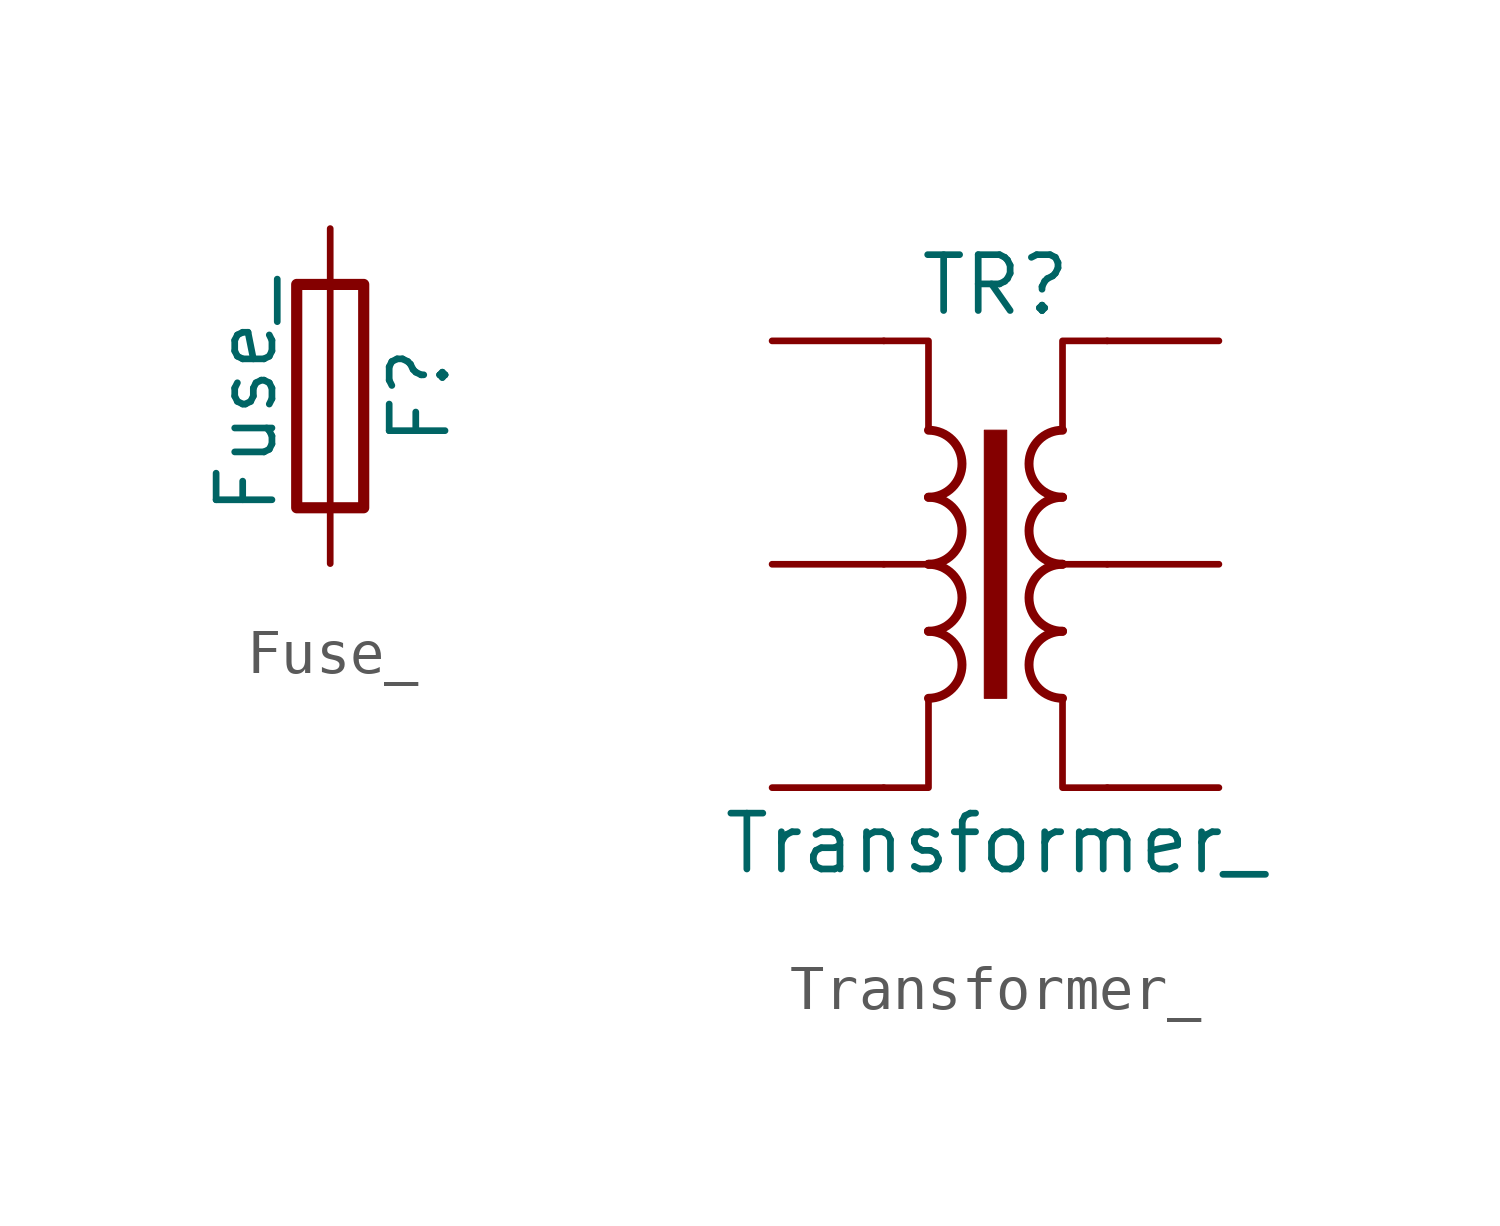
<source format=kicad_sym>
(kicad_symbol_lib
  (version 20211014)
  (generator kicad_symbol_editor)
  (symbol "Fuse_"
    (pin_numbers hide)
    (pin_names
      (offset 0))
    (property "Reference" "F"
      (at 2.032 0 90)
      (effects (font (size 1.27 1.27))))
    (property "Value" "Fuse_"
      (at -1.905 0 90)
      (effects (font (size 1.27 1.27))))
    (symbol "Fuse__0_1"
      (rectangle (start -0.762 -2.54) (end 0.762 2.54) (stroke (width 0.254) (type default) (color 0 0 0 0)) (fill (type none)))
      (polyline (pts (xy 0 2.54) (xy 0 -2.54)) (stroke (width 0) (type default) (color 0 0 0 0)) (fill (type none))))
    (symbol "Fuse__1_1"
      (pin passive line (at 0 3.81 270) (length 1.27) (name "~" (effects (font (size 1.27 1.27)))) (number "1" (effects (font (size 1.27 1.27)))))
      (pin passive line (at 0 -3.81 90) (length 1.27) (name "~" (effects (font (size 1.27 1.27)))) (number "2" (effects (font (size 1.27 1.27)))))))
  (symbol "Transformer_"
    (pin_numbers hide)
    (pin_names
      (offset 0))
    (property "Reference" "TR"
      (at 0 6.35 0)
      (effects (font (size 1.27 1.27))))
    (property "Value" "Transformer_"
      (at 0 -6.35 0)
      (effects (font (size 1.27 1.27))))
    (symbol "Transformer__0_1"
      (arc (start -1.524 -3.048) (mid -0.762 -2.286) (end -1.524 -1.524) (stroke (width 0.2032) (type default) (color 0 0 0 0)) (fill (type none)))
      (arc (start -1.524 -1.524) (mid -0.762 -0.762) (end -1.524 0) (stroke (width 0.2032) (type default) (color 0 0 0 0)) (fill (type none)))
      (arc (start -1.524 0) (mid -0.762 0.762) (end -1.524 1.524) (stroke (width 0.2032) (type default) (color 0 0 0 0)) (fill (type none)))
      (arc (start -1.524 1.524) (mid -0.762 2.286) (end -1.524 3.048) (stroke (width 0.2032) (type default) (color 0 0 0 0)) (fill (type none)))
      (rectangle (start -0.254 3.048) (end 0.254 -3.048) (stroke (width 0.025) (type default) (color 0 0 0 0)) (fill (type outline)))
      (polyline (pts (xy -1.524 0) (xy -2.54 0) (xy -2.54 0)) (stroke (width 0) (type default) (color 0 0 0 0)) (fill (type outline)))
      (polyline (pts (xy 1.524 0) (xy 2.54 0) (xy 2.54 0)) (stroke (width 0) (type default) (color 0 0 0 0)) (fill (type outline)))
      (polyline (pts (xy -2.54 5.08) (xy -1.524 5.08) (xy -1.524 3.048) (xy -1.524 3.048)) (stroke (width 0.152) (type default) (color 0 0 0 0)) (fill (type none)))
      (polyline (pts (xy -1.524 -3.048) (xy -1.524 -5.08) (xy -2.54 -5.08) (xy -2.54 -5.08)) (stroke (width 0.152) (type default) (color 0 0 0 0)) (fill (type none)))
      (polyline (pts (xy 1.524 3.048) (xy 1.524 5.08) (xy 2.54 5.08) (xy 2.54 5.08)) (stroke (width 0.152) (type default) (color 0 0 0 0)) (fill (type none)))
      (polyline (pts (xy 2.54 -5.08) (xy 1.524 -5.08) (xy 1.524 -3.048) (xy 1.524 -3.048)) (stroke (width 0.152) (type default) (color 0 0 0 0)) (fill (type none)))
      (arc (start 1.524 -1.524) (mid 0.762 -2.286) (end 1.524 -3.048) (stroke (width 0.2032) (type default) (color 0 0 0 0)) (fill (type none)))
      (arc (start 1.524 0) (mid 0.762 -0.762) (end 1.524 -1.524) (stroke (width 0.2032) (type default) (color 0 0 0 0)) (fill (type none)))
      (arc (start 1.524 1.524) (mid 0.762 0.762) (end 1.524 0) (stroke (width 0.2032) (type default) (color 0 0 0 0)) (fill (type none)))
      (arc (start 1.524 3.048) (mid 0.762 2.286) (end 1.524 1.524) (stroke (width 0.2032) (type default) (color 0 0 0 0)) (fill (type none))))
    (symbol "Transformer__1_1"
      (pin passive line (at -5.08 5.08 0) (length 2.54) (name "~" (effects (font (size 1.27 1.27)))) (number "1" (effects (font (size 1.27 1.27)))))
      (pin passive line (at -5.08 0 0) (length 2.54) (name "~" (effects (font (size 1.27 1.27)))) (number "2" (effects (font (size 1.27 1.27)))))
      (pin passive line (at -5.08 -5.08 0) (length 2.54) (name "~" (effects (font (size 1.27 1.27)))) (number "3" (effects (font (size 1.27 1.27)))))
      (pin passive line (at 5.08 -5.08 180) (length 2.54) (name "~" (effects (font (size 1.27 1.27)))) (number "4" (effects (font (size 1.27 1.27)))))
      (pin passive line (at 5.08 0 180) (length 2.54) (name "~" (effects (font (size 1.27 1.27)))) (number "5" (effects (font (size 1.27 1.27)))))
      (pin passive line (at 5.08 5.08 180) (length 2.54) (name "~" (effects (font (size 1.27 1.27)))) (number "6" (effects (font (size 1.27 1.27))))))))
</source>
